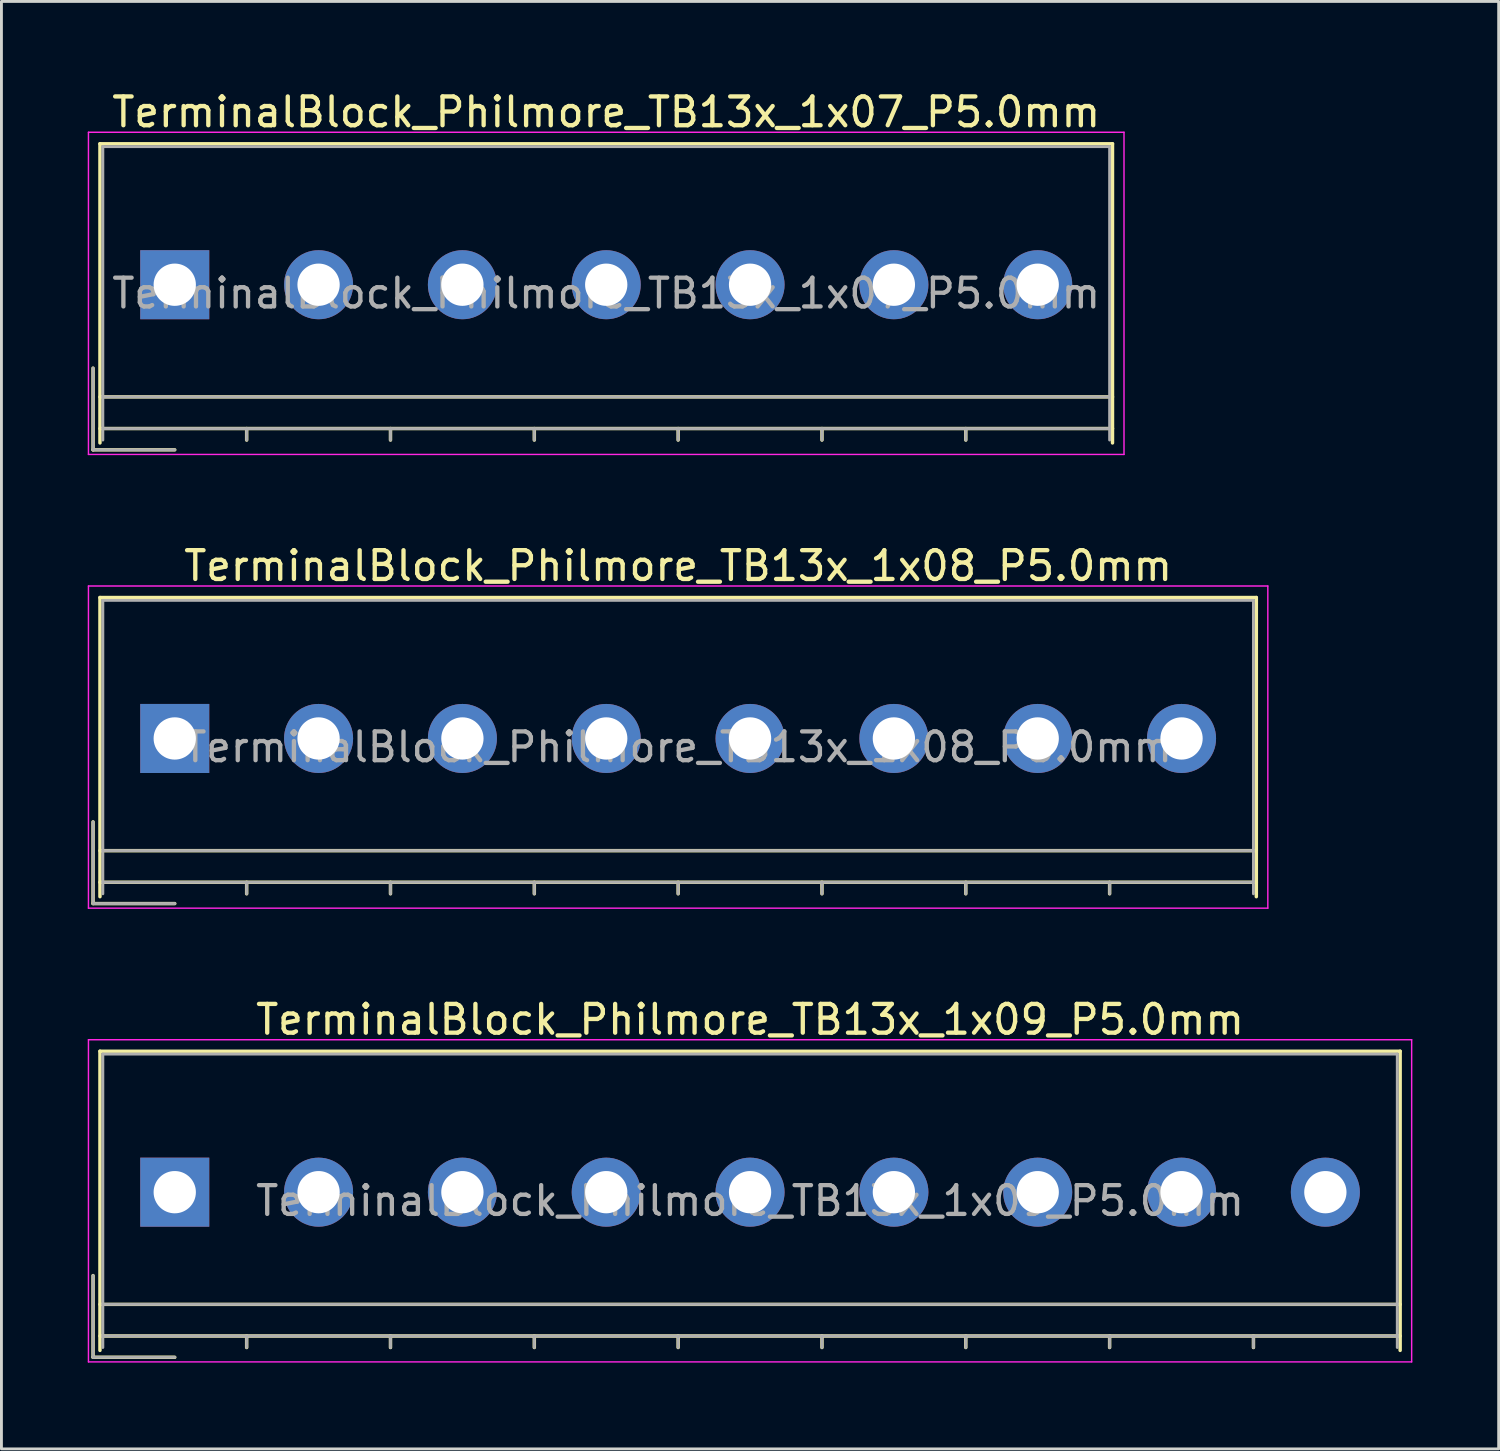
<source format=kicad_pcb>
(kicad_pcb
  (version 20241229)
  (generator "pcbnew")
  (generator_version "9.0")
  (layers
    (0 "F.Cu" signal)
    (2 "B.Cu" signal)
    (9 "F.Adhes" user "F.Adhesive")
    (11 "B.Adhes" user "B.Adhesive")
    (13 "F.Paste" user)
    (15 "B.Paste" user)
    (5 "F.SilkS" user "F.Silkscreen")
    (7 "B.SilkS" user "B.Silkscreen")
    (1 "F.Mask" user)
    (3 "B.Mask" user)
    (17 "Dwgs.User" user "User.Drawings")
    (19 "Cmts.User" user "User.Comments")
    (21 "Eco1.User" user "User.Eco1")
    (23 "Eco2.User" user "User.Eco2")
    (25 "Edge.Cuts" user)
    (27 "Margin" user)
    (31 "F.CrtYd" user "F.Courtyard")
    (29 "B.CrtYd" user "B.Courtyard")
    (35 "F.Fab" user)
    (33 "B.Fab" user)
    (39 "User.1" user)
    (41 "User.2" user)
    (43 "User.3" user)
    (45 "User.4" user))
  (footprint "TerminalBlock_Philmore_TB13x_1x07_P5.0mm"
    (layer "F.Cu")
    (at 3.025 6.848)
    (property "Reference" "TerminalBlock_Philmore_TB13x_1x07_P5.0mm" (at 15 -6 0) (layer "F.SilkS") (effects (font (size 1 1) (thickness 0.15))))
    (attr through_hole)
    (fp_line (start -2.84 2.9) (end -2.84 5.74) (stroke (width 0.12) (type solid)) (layer "F.SilkS"))
    (fp_line (start -2.84 5.74) (end 0 5.74) (stroke (width 0.12) (type solid)) (layer "F.SilkS"))
    (fp_line (start -2.6 -4.9) (end 32.6 -4.9) (stroke (width 0.12) (type solid)) (layer "F.SilkS"))
    (fp_line (start -2.6 3.9) (end 32.6 3.9) (stroke (width 0.12) (type solid)) (layer "F.SilkS"))
    (fp_line (start -2.6 5) (end 32.6 5) (stroke (width 0.12) (type solid)) (layer "F.SilkS"))
    (fp_line (start -2.6 5.5) (end -2.6 -4.9) (stroke (width 0.12) (type solid)) (layer "F.SilkS"))
    (fp_line (start 2.5 5) (end 2.5 5.4) (stroke (width 0.12) (type solid)) (layer "F.SilkS"))
    (fp_line (start 7.5 5) (end 7.5 5.4) (stroke (width 0.12) (type solid)) (layer "F.SilkS"))
    (fp_line (start 12.5 5) (end 12.5 5.4) (stroke (width 0.12) (type solid)) (layer "F.SilkS"))
    (fp_line (start 17.5 5) (end 17.5 5.4) (stroke (width 0.12) (type solid)) (layer "F.SilkS"))
    (fp_line (start 22.5 5) (end 22.5 5.4) (stroke (width 0.12) (type solid)) (layer "F.SilkS"))
    (fp_line (start 27.5 5) (end 27.5 5.4) (stroke (width 0.12) (type solid)) (layer "F.SilkS"))
    (fp_line (start 32.6 -4.9) (end 32.6 5.5) (stroke (width 0.12) (type solid)) (layer "F.SilkS"))
    (fp_line (start -3 -5.3) (end -3 5.9) (stroke (width 0.05) (type solid)) (layer "F.CrtYd"))
    (fp_line (start -3 5.9) (end 33 5.9) (stroke (width 0.05) (type solid)) (layer "F.CrtYd"))
    (fp_line (start 33 -5.3) (end -3 -5.3) (stroke (width 0.05) (type solid)) (layer "F.CrtYd"))
    (fp_line (start 33 5.9) (end 33 -5.3) (stroke (width 0.05) (type solid)) (layer "F.CrtYd"))
    (fp_line (start -2.84 2.9) (end -2.84 5.74) (stroke (width 0.1) (type solid)) (layer "F.Fab"))
    (fp_line (start -2.84 5.74) (end 0 5.74) (stroke (width 0.1) (type solid)) (layer "F.Fab"))
    (fp_line (start -2.5 -4.8) (end 32.5 -4.8) (stroke (width 0.1) (type solid)) (layer "F.Fab"))
    (fp_line (start -2.5 3.9) (end 32.5 3.9) (stroke (width 0.1) (type solid)) (layer "F.Fab"))
    (fp_line (start -2.5 5) (end 32.5 5) (stroke (width 0.1) (type solid)) (layer "F.Fab"))
    (fp_line (start -2.5 5.4) (end -2.5 -4.8) (stroke (width 0.1) (type solid)) (layer "F.Fab"))
    (fp_line (start 2.5 5) (end 2.5 5.4) (stroke (width 0.1) (type solid)) (layer "F.Fab"))
    (fp_line (start 7.5 5) (end 7.5 5.4) (stroke (width 0.1) (type solid)) (layer "F.Fab"))
    (fp_line (start 12.5 5) (end 12.5 5.4) (stroke (width 0.1) (type solid)) (layer "F.Fab"))
    (fp_line (start 17.5 5) (end 17.5 5.4) (stroke (width 0.1) (type solid)) (layer "F.Fab"))
    (fp_line (start 22.5 5) (end 22.5 5.4) (stroke (width 0.1) (type solid)) (layer "F.Fab"))
    (fp_line (start 27.5 5) (end 27.5 5.4) (stroke (width 0.1) (type solid)) (layer "F.Fab"))
    (fp_line (start 32.5 -4.8) (end 32.5 5.4) (stroke (width 0.1) (type solid)) (layer "F.Fab"))
    (fp_text user "${REFERENCE}" (at 15 0.3 0) (layer "F.Fab") (effects (font (size 1 1) (thickness 0.15))))
    (pad "1" thru_hole rect (at 0 0) (size 2.4 2.4) (drill 1.47) (layers "*.Cu" "*.Mask"))
    (pad "2" thru_hole circle (at 5 0) (size 2.4 2.4) (drill 1.47) (layers "*.Cu" "*.Mask"))
    (pad "3" thru_hole circle (at 10 0) (size 2.4 2.4) (drill 1.47) (layers "*.Cu" "*.Mask"))
    (pad "4" thru_hole circle (at 15 0) (size 2.4 2.4) (drill 1.47) (layers "*.Cu" "*.Mask"))
    (pad "5" thru_hole circle (at 20 0) (size 2.4 2.4) (drill 1.47) (layers "*.Cu" "*.Mask"))
    (pad "6" thru_hole circle (at 25 0) (size 2.4 2.4) (drill 1.47) (layers "*.Cu" "*.Mask"))
    (pad "7" thru_hole circle (at 30 0) (size 2.4 2.4) (drill 1.47) (layers "*.Cu" "*.Mask")))
  (footprint "TerminalBlock_Philmore_TB13x_1x08_P5.0mm"
    (layer "F.Cu")
    (at 3.025 22.622)
    (property "Reference" "TerminalBlock_Philmore_TB13x_1x08_P5.0mm" (at 17.5 -6 0) (layer "F.SilkS") (effects (font (size 1 1) (thickness 0.15))))
    (attr through_hole)
    (fp_line (start -2.84 2.9) (end -2.84 5.74) (stroke (width 0.12) (type solid)) (layer "F.SilkS"))
    (fp_line (start -2.84 5.74) (end 0 5.74) (stroke (width 0.12) (type solid)) (layer "F.SilkS"))
    (fp_line (start -2.6 -4.9) (end 37.6 -4.9) (stroke (width 0.12) (type solid)) (layer "F.SilkS"))
    (fp_line (start -2.6 3.9) (end 37.6 3.9) (stroke (width 0.12) (type solid)) (layer "F.SilkS"))
    (fp_line (start -2.6 5) (end 37.6 5) (stroke (width 0.12) (type solid)) (layer "F.SilkS"))
    (fp_line (start -2.6 5.5) (end -2.6 -4.9) (stroke (width 0.12) (type solid)) (layer "F.SilkS"))
    (fp_line (start 2.5 5) (end 2.5 5.4) (stroke (width 0.12) (type solid)) (layer "F.SilkS"))
    (fp_line (start 7.5 5) (end 7.5 5.4) (stroke (width 0.12) (type solid)) (layer "F.SilkS"))
    (fp_line (start 12.5 5) (end 12.5 5.4) (stroke (width 0.12) (type solid)) (layer "F.SilkS"))
    (fp_line (start 17.5 5) (end 17.5 5.4) (stroke (width 0.12) (type solid)) (layer "F.SilkS"))
    (fp_line (start 22.5 5) (end 22.5 5.4) (stroke (width 0.12) (type solid)) (layer "F.SilkS"))
    (fp_line (start 27.5 5) (end 27.5 5.4) (stroke (width 0.12) (type solid)) (layer "F.SilkS"))
    (fp_line (start 32.5 5) (end 32.5 5.4) (stroke (width 0.12) (type solid)) (layer "F.SilkS"))
    (fp_line (start 37.6 -4.9) (end 37.6 5.5) (stroke (width 0.12) (type solid)) (layer "F.SilkS"))
    (fp_line (start -3 -5.3) (end -3 5.9) (stroke (width 0.05) (type solid)) (layer "F.CrtYd"))
    (fp_line (start -3 5.9) (end 38 5.9) (stroke (width 0.05) (type solid)) (layer "F.CrtYd"))
    (fp_line (start 38 -5.3) (end -3 -5.3) (stroke (width 0.05) (type solid)) (layer "F.CrtYd"))
    (fp_line (start 38 5.9) (end 38 -5.3) (stroke (width 0.05) (type solid)) (layer "F.CrtYd"))
    (fp_line (start -2.84 2.9) (end -2.84 5.74) (stroke (width 0.1) (type solid)) (layer "F.Fab"))
    (fp_line (start -2.84 5.74) (end 0 5.74) (stroke (width 0.1) (type solid)) (layer "F.Fab"))
    (fp_line (start -2.5 -4.8) (end 37.5 -4.8) (stroke (width 0.1) (type solid)) (layer "F.Fab"))
    (fp_line (start -2.5 3.9) (end 37.5 3.9) (stroke (width 0.1) (type solid)) (layer "F.Fab"))
    (fp_line (start -2.5 5) (end 37.5 5) (stroke (width 0.1) (type solid)) (layer "F.Fab"))
    (fp_line (start -2.5 5.4) (end -2.5 -4.8) (stroke (width 0.1) (type solid)) (layer "F.Fab"))
    (fp_line (start 2.5 5) (end 2.5 5.4) (stroke (width 0.1) (type solid)) (layer "F.Fab"))
    (fp_line (start 7.5 5) (end 7.5 5.4) (stroke (width 0.1) (type solid)) (layer "F.Fab"))
    (fp_line (start 12.5 5) (end 12.5 5.4) (stroke (width 0.1) (type solid)) (layer "F.Fab"))
    (fp_line (start 17.5 5) (end 17.5 5.4) (stroke (width 0.1) (type solid)) (layer "F.Fab"))
    (fp_line (start 22.5 5) (end 22.5 5.4) (stroke (width 0.1) (type solid)) (layer "F.Fab"))
    (fp_line (start 27.5 5) (end 27.5 5.4) (stroke (width 0.1) (type solid)) (layer "F.Fab"))
    (fp_line (start 32.5 5) (end 32.5 5.4) (stroke (width 0.1) (type solid)) (layer "F.Fab"))
    (fp_line (start 37.5 -4.8) (end 37.5 5.4) (stroke (width 0.1) (type solid)) (layer "F.Fab"))
    (fp_text user "${REFERENCE}" (at 17.5 0.3 0) (layer "F.Fab") (effects (font (size 1 1) (thickness 0.15))))
    (pad "1" thru_hole rect (at 0 0) (size 2.4 2.4) (drill 1.47) (layers "*.Cu" "*.Mask"))
    (pad "2" thru_hole circle (at 5 0) (size 2.4 2.4) (drill 1.47) (layers "*.Cu" "*.Mask"))
    (pad "3" thru_hole circle (at 10 0) (size 2.4 2.4) (drill 1.47) (layers "*.Cu" "*.Mask"))
    (pad "4" thru_hole circle (at 15 0) (size 2.4 2.4) (drill 1.47) (layers "*.Cu" "*.Mask"))
    (pad "5" thru_hole circle (at 20 0) (size 2.4 2.4) (drill 1.47) (layers "*.Cu" "*.Mask"))
    (pad "6" thru_hole circle (at 25 0) (size 2.4 2.4) (drill 1.47) (layers "*.Cu" "*.Mask"))
    (pad "7" thru_hole circle (at 30 0) (size 2.4 2.4) (drill 1.47) (layers "*.Cu" "*.Mask"))
    (pad "8" thru_hole circle (at 35 0) (size 2.4 2.4) (drill 1.47) (layers "*.Cu" "*.Mask")))
  (footprint "TerminalBlock_Philmore_TB13x_1x09_P5.0mm"
    (layer "F.Cu")
    (at 3.025 38.395)
    (property "Reference" "TerminalBlock_Philmore_TB13x_1x09_P5.0mm" (at 20 -6 0) (layer "F.SilkS") (effects (font (size 1 1) (thickness 0.15))))
    (attr through_hole)
    (fp_line (start -2.84 2.9) (end -2.84 5.74) (stroke (width 0.12) (type solid)) (layer "F.SilkS"))
    (fp_line (start -2.84 5.74) (end 0 5.74) (stroke (width 0.12) (type solid)) (layer "F.SilkS"))
    (fp_line (start -2.6 -4.9) (end 42.6 -4.9) (stroke (width 0.12) (type solid)) (layer "F.SilkS"))
    (fp_line (start -2.6 3.9) (end 42.6 3.9) (stroke (width 0.12) (type solid)) (layer "F.SilkS"))
    (fp_line (start -2.6 5) (end 42.6 5) (stroke (width 0.12) (type solid)) (layer "F.SilkS"))
    (fp_line (start -2.6 5.5) (end -2.6 -4.9) (stroke (width 0.12) (type solid)) (layer "F.SilkS"))
    (fp_line (start 2.5 5) (end 2.5 5.4) (stroke (width 0.12) (type solid)) (layer "F.SilkS"))
    (fp_line (start 7.5 5) (end 7.5 5.4) (stroke (width 0.12) (type solid)) (layer "F.SilkS"))
    (fp_line (start 12.5 5) (end 12.5 5.4) (stroke (width 0.12) (type solid)) (layer "F.SilkS"))
    (fp_line (start 17.5 5) (end 17.5 5.4) (stroke (width 0.12) (type solid)) (layer "F.SilkS"))
    (fp_line (start 22.5 5) (end 22.5 5.4) (stroke (width 0.12) (type solid)) (layer "F.SilkS"))
    (fp_line (start 27.5 5) (end 27.5 5.4) (stroke (width 0.12) (type solid)) (layer "F.SilkS"))
    (fp_line (start 32.5 5) (end 32.5 5.4) (stroke (width 0.12) (type solid)) (layer "F.SilkS"))
    (fp_line (start 37.5 5) (end 37.5 5.4) (stroke (width 0.12) (type solid)) (layer "F.SilkS"))
    (fp_line (start 42.6 -4.9) (end 42.6 5.5) (stroke (width 0.12) (type solid)) (layer "F.SilkS"))
    (fp_line (start -3 -5.3) (end -3 5.9) (stroke (width 0.05) (type solid)) (layer "F.CrtYd"))
    (fp_line (start -3 5.9) (end 43 5.9) (stroke (width 0.05) (type solid)) (layer "F.CrtYd"))
    (fp_line (start 43 -5.3) (end -3 -5.3) (stroke (width 0.05) (type solid)) (layer "F.CrtYd"))
    (fp_line (start 43 5.9) (end 43 -5.3) (stroke (width 0.05) (type solid)) (layer "F.CrtYd"))
    (fp_line (start -2.84 2.9) (end -2.84 5.74) (stroke (width 0.1) (type solid)) (layer "F.Fab"))
    (fp_line (start -2.84 5.74) (end 0 5.74) (stroke (width 0.1) (type solid)) (layer "F.Fab"))
    (fp_line (start -2.5 -4.8) (end 42.5 -4.8) (stroke (width 0.1) (type solid)) (layer "F.Fab"))
    (fp_line (start -2.5 3.9) (end 42.5 3.9) (stroke (width 0.1) (type solid)) (layer "F.Fab"))
    (fp_line (start -2.5 5) (end 42.5 5) (stroke (width 0.1) (type solid)) (layer "F.Fab"))
    (fp_line (start -2.5 5.4) (end -2.5 -4.8) (stroke (width 0.1) (type solid)) (layer "F.Fab"))
    (fp_line (start 2.5 5) (end 2.5 5.4) (stroke (width 0.1) (type solid)) (layer "F.Fab"))
    (fp_line (start 7.5 5) (end 7.5 5.4) (stroke (width 0.1) (type solid)) (layer "F.Fab"))
    (fp_line (start 12.5 5) (end 12.5 5.4) (stroke (width 0.1) (type solid)) (layer "F.Fab"))
    (fp_line (start 17.5 5) (end 17.5 5.4) (stroke (width 0.1) (type solid)) (layer "F.Fab"))
    (fp_line (start 22.5 5) (end 22.5 5.4) (stroke (width 0.1) (type solid)) (layer "F.Fab"))
    (fp_line (start 27.5 5) (end 27.5 5.4) (stroke (width 0.1) (type solid)) (layer "F.Fab"))
    (fp_line (start 32.5 5) (end 32.5 5.4) (stroke (width 0.1) (type solid)) (layer "F.Fab"))
    (fp_line (start 37.5 5) (end 37.5 5.4) (stroke (width 0.1) (type solid)) (layer "F.Fab"))
    (fp_line (start 42.5 -4.8) (end 42.5 5.4) (stroke (width 0.1) (type solid)) (layer "F.Fab"))
    (fp_text user "${REFERENCE}" (at 20 0.3 0) (layer "F.Fab") (effects (font (size 1 1) (thickness 0.15))))
    (pad "1" thru_hole rect (at 0 0) (size 2.4 2.4) (drill 1.47) (layers "*.Cu" "*.Mask"))
    (pad "2" thru_hole circle (at 5 0) (size 2.4 2.4) (drill 1.47) (layers "*.Cu" "*.Mask"))
    (pad "3" thru_hole circle (at 10 0) (size 2.4 2.4) (drill 1.47) (layers "*.Cu" "*.Mask"))
    (pad "4" thru_hole circle (at 15 0) (size 2.4 2.4) (drill 1.47) (layers "*.Cu" "*.Mask"))
    (pad "5" thru_hole circle (at 20 0) (size 2.4 2.4) (drill 1.47) (layers "*.Cu" "*.Mask"))
    (pad "6" thru_hole circle (at 25 0) (size 2.4 2.4) (drill 1.47) (layers "*.Cu" "*.Mask"))
    (pad "7" thru_hole circle (at 30 0) (size 2.4 2.4) (drill 1.47) (layers "*.Cu" "*.Mask"))
    (pad "8" thru_hole circle (at 35 0) (size 2.4 2.4) (drill 1.47) (layers "*.Cu" "*.Mask"))
    (pad "9" thru_hole circle (at 40 0) (size 2.4 2.4) (drill 1.47) (layers "*.Cu" "*.Mask")))
  (gr_rect
    (start -3 -3)
    (end 49.05 47.32)
    (stroke (width 0.1) (type default))
    (fill no)
    (layer "Edge.Cuts")))
</source>
